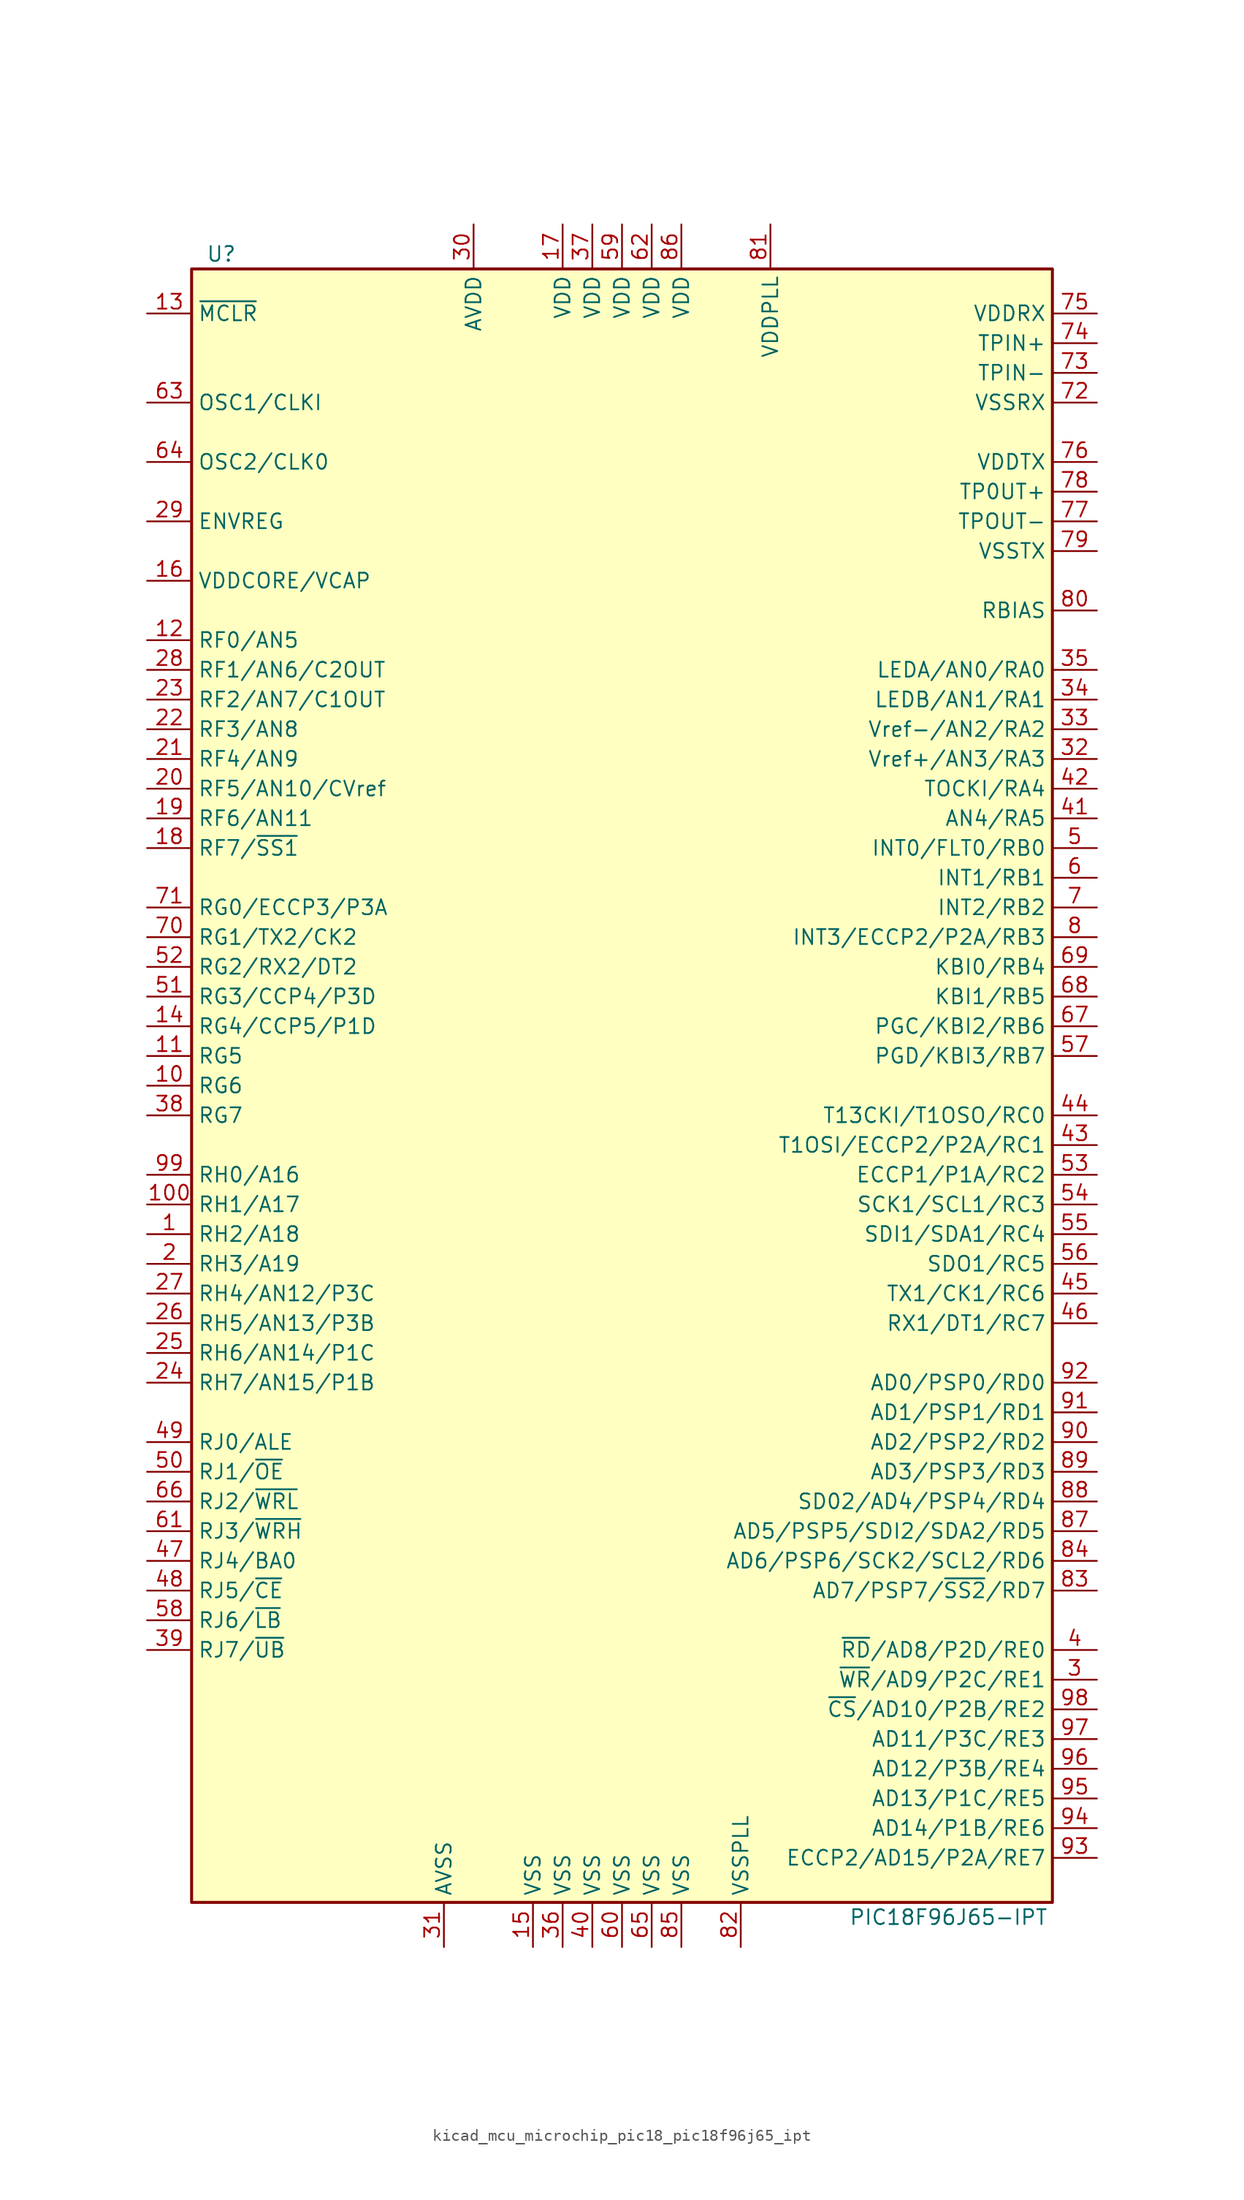
<source format=kicad_sym>
(kicad_symbol_lib
  (version 20220914)
  (generator kicad_symbol_editor)
  (symbol "kicad_mcu_microchip_pic18_pic18f96j65_ipt"
    (property "Reference" "U"
      (at -34.29 71.12 0)
      (effects (font (size 1.27 1.27))))
    (property "Value" "PIC18F96J65-IPT"
      (at 27.94 -71.12 0)
      (effects (font (size 1.27 1.27))))
    (symbol "kicad_mcu_microchip_pic18_pic18f96j65_ipt_0_1"
      (rectangle (start -36.83 69.85) (end 36.83 -69.85) (stroke (width 0.254) (type default)) (fill (type background))))
    (symbol "kicad_mcu_microchip_pic18_pic18f96j65_ipt_1_1"
      (pin bidirectional line (at -40.64 -12.7 0) (length 3.81) (name "RH2/A18" (effects (font (size 1.27 1.27)))) (number "1" (effects (font (size 1.27 1.27)))))
      (pin bidirectional line (at -40.64 0 0) (length 3.81) (name "RG6" (effects (font (size 1.27 1.27)))) (number "10" (effects (font (size 1.27 1.27)))))
      (pin bidirectional line (at -40.64 -10.16 0) (length 3.81) (name "RH1/A17" (effects (font (size 1.27 1.27)))) (number "100" (effects (font (size 1.27 1.27)))))
      (pin bidirectional line (at -40.64 2.54 0) (length 3.81) (name "RG5" (effects (font (size 1.27 1.27)))) (number "11" (effects (font (size 1.27 1.27)))))
      (pin bidirectional line (at -40.64 38.1 0) (length 3.81) (name "RF0/AN5" (effects (font (size 1.27 1.27)))) (number "12" (effects (font (size 1.27 1.27)))))
      (pin input line (at -40.64 66.04 0) (length 3.81) (name "~{MCLR}" (effects (font (size 1.27 1.27)))) (number "13" (effects (font (size 1.27 1.27)))))
      (pin bidirectional line (at -40.64 5.08 0) (length 3.81) (name "RG4/CCP5/P1D" (effects (font (size 1.27 1.27)))) (number "14" (effects (font (size 1.27 1.27)))))
      (pin power_in line (at -7.62 -73.66 90) (length 3.81) (name "VSS" (effects (font (size 1.27 1.27)))) (number "15" (effects (font (size 1.27 1.27)))))
      (pin passive line (at -40.64 43.18 0) (length 3.81) (name "VDDCORE/VCAP" (effects (font (size 1.27 1.27)))) (number "16" (effects (font (size 1.27 1.27)))))
      (pin power_in line (at -5.08 73.66 270) (length 3.81) (name "VDD" (effects (font (size 1.27 1.27)))) (number "17" (effects (font (size 1.27 1.27)))))
      (pin bidirectional line (at -40.64 20.32 0) (length 3.81) (name "RF7/~{SS1}" (effects (font (size 1.27 1.27)))) (number "18" (effects (font (size 1.27 1.27)))))
      (pin bidirectional line (at -40.64 22.86 0) (length 3.81) (name "RF6/AN11" (effects (font (size 1.27 1.27)))) (number "19" (effects (font (size 1.27 1.27)))))
      (pin bidirectional line (at -40.64 -15.24 0) (length 3.81) (name "RH3/A19" (effects (font (size 1.27 1.27)))) (number "2" (effects (font (size 1.27 1.27)))))
      (pin bidirectional line (at -40.64 25.4 0) (length 3.81) (name "RF5/AN10/CVref" (effects (font (size 1.27 1.27)))) (number "20" (effects (font (size 1.27 1.27)))))
      (pin bidirectional line (at -40.64 27.94 0) (length 3.81) (name "RF4/AN9" (effects (font (size 1.27 1.27)))) (number "21" (effects (font (size 1.27 1.27)))))
      (pin bidirectional line (at -40.64 30.48 0) (length 3.81) (name "RF3/AN8" (effects (font (size 1.27 1.27)))) (number "22" (effects (font (size 1.27 1.27)))))
      (pin bidirectional line (at -40.64 33.02 0) (length 3.81) (name "RF2/AN7/C1OUT" (effects (font (size 1.27 1.27)))) (number "23" (effects (font (size 1.27 1.27)))))
      (pin bidirectional line (at -40.64 -25.4 0) (length 3.81) (name "RH7/AN15/P1B" (effects (font (size 1.27 1.27)))) (number "24" (effects (font (size 1.27 1.27)))))
      (pin bidirectional line (at -40.64 -22.86 0) (length 3.81) (name "RH6/AN14/P1C" (effects (font (size 1.27 1.27)))) (number "25" (effects (font (size 1.27 1.27)))))
      (pin bidirectional line (at -40.64 -20.32 0) (length 3.81) (name "RH5/AN13/P3B" (effects (font (size 1.27 1.27)))) (number "26" (effects (font (size 1.27 1.27)))))
      (pin bidirectional line (at -40.64 -17.78 0) (length 3.81) (name "RH4/AN12/P3C" (effects (font (size 1.27 1.27)))) (number "27" (effects (font (size 1.27 1.27)))))
      (pin bidirectional line (at -40.64 35.56 0) (length 3.81) (name "RF1/AN6/C2OUT" (effects (font (size 1.27 1.27)))) (number "28" (effects (font (size 1.27 1.27)))))
      (pin passive line (at -40.64 48.26 0) (length 3.81) (name "ENVREG" (effects (font (size 1.27 1.27)))) (number "29" (effects (font (size 1.27 1.27)))))
      (pin bidirectional line (at 40.64 -50.8 180) (length 3.81) (name "~{WR}/AD9/P2C/RE1" (effects (font (size 1.27 1.27)))) (number "3" (effects (font (size 1.27 1.27)))))
      (pin power_in line (at -12.7 73.66 270) (length 3.81) (name "AVDD" (effects (font (size 1.27 1.27)))) (number "30" (effects (font (size 1.27 1.27)))))
      (pin power_in line (at -15.24 -73.66 90) (length 3.81) (name "AVSS" (effects (font (size 1.27 1.27)))) (number "31" (effects (font (size 1.27 1.27)))))
      (pin bidirectional line (at 40.64 27.94 180) (length 3.81) (name "Vref+/AN3/RA3" (effects (font (size 1.27 1.27)))) (number "32" (effects (font (size 1.27 1.27)))))
      (pin bidirectional line (at 40.64 30.48 180) (length 3.81) (name "Vref-/AN2/RA2" (effects (font (size 1.27 1.27)))) (number "33" (effects (font (size 1.27 1.27)))))
      (pin bidirectional line (at 40.64 33.02 180) (length 3.81) (name "LEDB/AN1/RA1" (effects (font (size 1.27 1.27)))) (number "34" (effects (font (size 1.27 1.27)))))
      (pin bidirectional line (at 40.64 35.56 180) (length 3.81) (name "LEDA/AN0/RA0" (effects (font (size 1.27 1.27)))) (number "35" (effects (font (size 1.27 1.27)))))
      (pin power_in line (at -5.08 -73.66 90) (length 3.81) (name "VSS" (effects (font (size 1.27 1.27)))) (number "36" (effects (font (size 1.27 1.27)))))
      (pin power_in line (at -2.54 73.66 270) (length 3.81) (name "VDD" (effects (font (size 1.27 1.27)))) (number "37" (effects (font (size 1.27 1.27)))))
      (pin bidirectional line (at -40.64 -2.54 0) (length 3.81) (name "RG7" (effects (font (size 1.27 1.27)))) (number "38" (effects (font (size 1.27 1.27)))))
      (pin bidirectional line (at -40.64 -48.26 0) (length 3.81) (name "RJ7/~{UB}" (effects (font (size 1.27 1.27)))) (number "39" (effects (font (size 1.27 1.27)))))
      (pin bidirectional line (at 40.64 -48.26 180) (length 3.81) (name "~{RD}/AD8/P2D/RE0" (effects (font (size 1.27 1.27)))) (number "4" (effects (font (size 1.27 1.27)))))
      (pin power_in line (at -2.54 -73.66 90) (length 3.81) (name "VSS" (effects (font (size 1.27 1.27)))) (number "40" (effects (font (size 1.27 1.27)))))
      (pin bidirectional line (at 40.64 22.86 180) (length 3.81) (name "AN4/RA5" (effects (font (size 1.27 1.27)))) (number "41" (effects (font (size 1.27 1.27)))))
      (pin bidirectional line (at 40.64 25.4 180) (length 3.81) (name "TOCKI/RA4" (effects (font (size 1.27 1.27)))) (number "42" (effects (font (size 1.27 1.27)))))
      (pin bidirectional line (at 40.64 -5.08 180) (length 3.81) (name "T1OSI/ECCP2/P2A/RC1" (effects (font (size 1.27 1.27)))) (number "43" (effects (font (size 1.27 1.27)))))
      (pin bidirectional line (at 40.64 -2.54 180) (length 3.81) (name "T13CKI/T1OSO/RC0" (effects (font (size 1.27 1.27)))) (number "44" (effects (font (size 1.27 1.27)))))
      (pin bidirectional line (at 40.64 -17.78 180) (length 3.81) (name "TX1/CK1/RC6" (effects (font (size 1.27 1.27)))) (number "45" (effects (font (size 1.27 1.27)))))
      (pin bidirectional line (at 40.64 -20.32 180) (length 3.81) (name "RX1/DT1/RC7" (effects (font (size 1.27 1.27)))) (number "46" (effects (font (size 1.27 1.27)))))
      (pin bidirectional line (at -40.64 -40.64 0) (length 3.81) (name "RJ4/BA0" (effects (font (size 1.27 1.27)))) (number "47" (effects (font (size 1.27 1.27)))))
      (pin bidirectional line (at -40.64 -43.18 0) (length 3.81) (name "RJ5/~{CE}" (effects (font (size 1.27 1.27)))) (number "48" (effects (font (size 1.27 1.27)))))
      (pin bidirectional line (at -40.64 -30.48 0) (length 3.81) (name "RJ0/ALE" (effects (font (size 1.27 1.27)))) (number "49" (effects (font (size 1.27 1.27)))))
      (pin bidirectional line (at 40.64 20.32 180) (length 3.81) (name "INT0/FLT0/RB0" (effects (font (size 1.27 1.27)))) (number "5" (effects (font (size 1.27 1.27)))))
      (pin bidirectional line (at -40.64 -33.02 0) (length 3.81) (name "RJ1/~{OE}" (effects (font (size 1.27 1.27)))) (number "50" (effects (font (size 1.27 1.27)))))
      (pin bidirectional line (at -40.64 7.62 0) (length 3.81) (name "RG3/CCP4/P3D" (effects (font (size 1.27 1.27)))) (number "51" (effects (font (size 1.27 1.27)))))
      (pin bidirectional line (at -40.64 10.16 0) (length 3.81) (name "RG2/RX2/DT2" (effects (font (size 1.27 1.27)))) (number "52" (effects (font (size 1.27 1.27)))))
      (pin bidirectional line (at 40.64 -7.62 180) (length 3.81) (name "ECCP1/P1A/RC2" (effects (font (size 1.27 1.27)))) (number "53" (effects (font (size 1.27 1.27)))))
      (pin bidirectional line (at 40.64 -10.16 180) (length 3.81) (name "SCK1/SCL1/RC3" (effects (font (size 1.27 1.27)))) (number "54" (effects (font (size 1.27 1.27)))))
      (pin bidirectional line (at 40.64 -12.7 180) (length 3.81) (name "SDI1/SDA1/RC4" (effects (font (size 1.27 1.27)))) (number "55" (effects (font (size 1.27 1.27)))))
      (pin bidirectional line (at 40.64 -15.24 180) (length 3.81) (name "SDO1/RC5" (effects (font (size 1.27 1.27)))) (number "56" (effects (font (size 1.27 1.27)))))
      (pin bidirectional line (at 40.64 2.54 180) (length 3.81) (name "PGD/KBI3/RB7" (effects (font (size 1.27 1.27)))) (number "57" (effects (font (size 1.27 1.27)))))
      (pin bidirectional line (at -40.64 -45.72 0) (length 3.81) (name "RJ6/~{LB}" (effects (font (size 1.27 1.27)))) (number "58" (effects (font (size 1.27 1.27)))))
      (pin power_in line (at 0 73.66 270) (length 3.81) (name "VDD" (effects (font (size 1.27 1.27)))) (number "59" (effects (font (size 1.27 1.27)))))
      (pin bidirectional line (at 40.64 17.78 180) (length 3.81) (name "INT1/RB1" (effects (font (size 1.27 1.27)))) (number "6" (effects (font (size 1.27 1.27)))))
      (pin power_in line (at 0 -73.66 90) (length 3.81) (name "VSS" (effects (font (size 1.27 1.27)))) (number "60" (effects (font (size 1.27 1.27)))))
      (pin bidirectional line (at -40.64 -38.1 0) (length 3.81) (name "RJ3/~{WRH}" (effects (font (size 1.27 1.27)))) (number "61" (effects (font (size 1.27 1.27)))))
      (pin power_in line (at 2.54 73.66 270) (length 3.81) (name "VDD" (effects (font (size 1.27 1.27)))) (number "62" (effects (font (size 1.27 1.27)))))
      (pin input line (at -40.64 58.42 0) (length 3.81) (name "OSC1/CLKI" (effects (font (size 1.27 1.27)))) (number "63" (effects (font (size 1.27 1.27)))))
      (pin output line (at -40.64 53.34 0) (length 3.81) (name "OSC2/CLK0" (effects (font (size 1.27 1.27)))) (number "64" (effects (font (size 1.27 1.27)))))
      (pin power_in line (at 2.54 -73.66 90) (length 3.81) (name "VSS" (effects (font (size 1.27 1.27)))) (number "65" (effects (font (size 1.27 1.27)))))
      (pin bidirectional line (at -40.64 -35.56 0) (length 3.81) (name "RJ2/~{WRL}" (effects (font (size 1.27 1.27)))) (number "66" (effects (font (size 1.27 1.27)))))
      (pin bidirectional line (at 40.64 5.08 180) (length 3.81) (name "PGC/KBI2/RB6" (effects (font (size 1.27 1.27)))) (number "67" (effects (font (size 1.27 1.27)))))
      (pin bidirectional line (at 40.64 7.62 180) (length 3.81) (name "KBI1/RB5" (effects (font (size 1.27 1.27)))) (number "68" (effects (font (size 1.27 1.27)))))
      (pin bidirectional line (at 40.64 10.16 180) (length 3.81) (name "KBI0/RB4" (effects (font (size 1.27 1.27)))) (number "69" (effects (font (size 1.27 1.27)))))
      (pin bidirectional line (at 40.64 15.24 180) (length 3.81) (name "INT2/RB2" (effects (font (size 1.27 1.27)))) (number "7" (effects (font (size 1.27 1.27)))))
      (pin bidirectional line (at -40.64 12.7 0) (length 3.81) (name "RG1/TX2/CK2" (effects (font (size 1.27 1.27)))) (number "70" (effects (font (size 1.27 1.27)))))
      (pin bidirectional line (at -40.64 15.24 0) (length 3.81) (name "RG0/ECCP3/P3A" (effects (font (size 1.27 1.27)))) (number "71" (effects (font (size 1.27 1.27)))))
      (pin power_in line (at 40.64 58.42 180) (length 3.81) (name "VSSRX" (effects (font (size 1.27 1.27)))) (number "72" (effects (font (size 1.27 1.27)))))
      (pin passive line (at 40.64 60.96 180) (length 3.81) (name "TPIN-" (effects (font (size 1.27 1.27)))) (number "73" (effects (font (size 1.27 1.27)))))
      (pin passive line (at 40.64 63.5 180) (length 3.81) (name "TPIN+" (effects (font (size 1.27 1.27)))) (number "74" (effects (font (size 1.27 1.27)))))
      (pin power_in line (at 40.64 66.04 180) (length 3.81) (name "VDDRX" (effects (font (size 1.27 1.27)))) (number "75" (effects (font (size 1.27 1.27)))))
      (pin power_in line (at 40.64 53.34 180) (length 3.81) (name "VDDTX" (effects (font (size 1.27 1.27)))) (number "76" (effects (font (size 1.27 1.27)))))
      (pin passive line (at 40.64 48.26 180) (length 3.81) (name "TPOUT-" (effects (font (size 1.27 1.27)))) (number "77" (effects (font (size 1.27 1.27)))))
      (pin passive line (at 40.64 50.8 180) (length 3.81) (name "TP0UT+" (effects (font (size 1.27 1.27)))) (number "78" (effects (font (size 1.27 1.27)))))
      (pin power_in line (at 40.64 45.72 180) (length 3.81) (name "VSSTX" (effects (font (size 1.27 1.27)))) (number "79" (effects (font (size 1.27 1.27)))))
      (pin bidirectional line (at 40.64 12.7 180) (length 3.81) (name "INT3/ECCP2/P2A/RB3" (effects (font (size 1.27 1.27)))) (number "8" (effects (font (size 1.27 1.27)))))
      (pin passive line (at 40.64 40.64 180) (length 3.81) (name "RBIAS" (effects (font (size 1.27 1.27)))) (number "80" (effects (font (size 1.27 1.27)))))
      (pin power_in line (at 12.7 73.66 270) (length 3.81) (name "VDDPLL" (effects (font (size 1.27 1.27)))) (number "81" (effects (font (size 1.27 1.27)))))
      (pin power_in line (at 10.16 -73.66 90) (length 3.81) (name "VSSPLL" (effects (font (size 1.27 1.27)))) (number "82" (effects (font (size 1.27 1.27)))))
      (pin bidirectional line (at 40.64 -43.18 180) (length 3.81) (name "AD7/PSP7/~{SS2}/RD7" (effects (font (size 1.27 1.27)))) (number "83" (effects (font (size 1.27 1.27)))))
      (pin bidirectional line (at 40.64 -40.64 180) (length 3.81) (name "AD6/PSP6/SCK2/SCL2/RD6" (effects (font (size 1.27 1.27)))) (number "84" (effects (font (size 1.27 1.27)))))
      (pin power_in line (at 5.08 -73.66 90) (length 3.81) (name "VSS" (effects (font (size 1.27 1.27)))) (number "85" (effects (font (size 1.27 1.27)))))
      (pin power_in line (at 5.08 73.66 270) (length 3.81) (name "VDD" (effects (font (size 1.27 1.27)))) (number "86" (effects (font (size 1.27 1.27)))))
      (pin bidirectional line (at 40.64 -38.1 180) (length 3.81) (name "AD5/PSP5/SDI2/SDA2/RD5" (effects (font (size 1.27 1.27)))) (number "87" (effects (font (size 1.27 1.27)))))
      (pin bidirectional line (at 40.64 -35.56 180) (length 3.81) (name "SD02/AD4/PSP4/RD4" (effects (font (size 1.27 1.27)))) (number "88" (effects (font (size 1.27 1.27)))))
      (pin bidirectional line (at 40.64 -33.02 180) (length 3.81) (name "AD3/PSP3/RD3" (effects (font (size 1.27 1.27)))) (number "89" (effects (font (size 1.27 1.27)))))
      (pin no_connect line (at -20.32 -69.85 90) (length 3.81) hide (name "NC" (effects (font (size 1.27 1.27)))) (number "9" (effects (font (size 1.27 1.27)))))
      (pin bidirectional line (at 40.64 -30.48 180) (length 3.81) (name "AD2/PSP2/RD2" (effects (font (size 1.27 1.27)))) (number "90" (effects (font (size 1.27 1.27)))))
      (pin bidirectional line (at 40.64 -27.94 180) (length 3.81) (name "AD1/PSP1/RD1" (effects (font (size 1.27 1.27)))) (number "91" (effects (font (size 1.27 1.27)))))
      (pin bidirectional line (at 40.64 -25.4 180) (length 3.81) (name "AD0/PSP0/RD0" (effects (font (size 1.27 1.27)))) (number "92" (effects (font (size 1.27 1.27)))))
      (pin bidirectional line (at 40.64 -66.04 180) (length 3.81) (name "ECCP2/AD15/P2A/RE7" (effects (font (size 1.27 1.27)))) (number "93" (effects (font (size 1.27 1.27)))))
      (pin bidirectional line (at 40.64 -63.5 180) (length 3.81) (name "AD14/P1B/RE6" (effects (font (size 1.27 1.27)))) (number "94" (effects (font (size 1.27 1.27)))))
      (pin bidirectional line (at 40.64 -60.96 180) (length 3.81) (name "AD13/P1C/RE5" (effects (font (size 1.27 1.27)))) (number "95" (effects (font (size 1.27 1.27)))))
      (pin bidirectional line (at 40.64 -58.42 180) (length 3.81) (name "AD12/P3B/RE4" (effects (font (size 1.27 1.27)))) (number "96" (effects (font (size 1.27 1.27)))))
      (pin bidirectional line (at 40.64 -55.88 180) (length 3.81) (name "AD11/P3C/RE3" (effects (font (size 1.27 1.27)))) (number "97" (effects (font (size 1.27 1.27)))))
      (pin bidirectional line (at 40.64 -53.34 180) (length 3.81) (name "~{CS}/AD10/P2B/RE2" (effects (font (size 1.27 1.27)))) (number "98" (effects (font (size 1.27 1.27)))))
      (pin bidirectional line (at -40.64 -7.62 0) (length 3.81) (name "RH0/A16" (effects (font (size 1.27 1.27)))) (number "99" (effects (font (size 1.27 1.27))))))))
</source>
